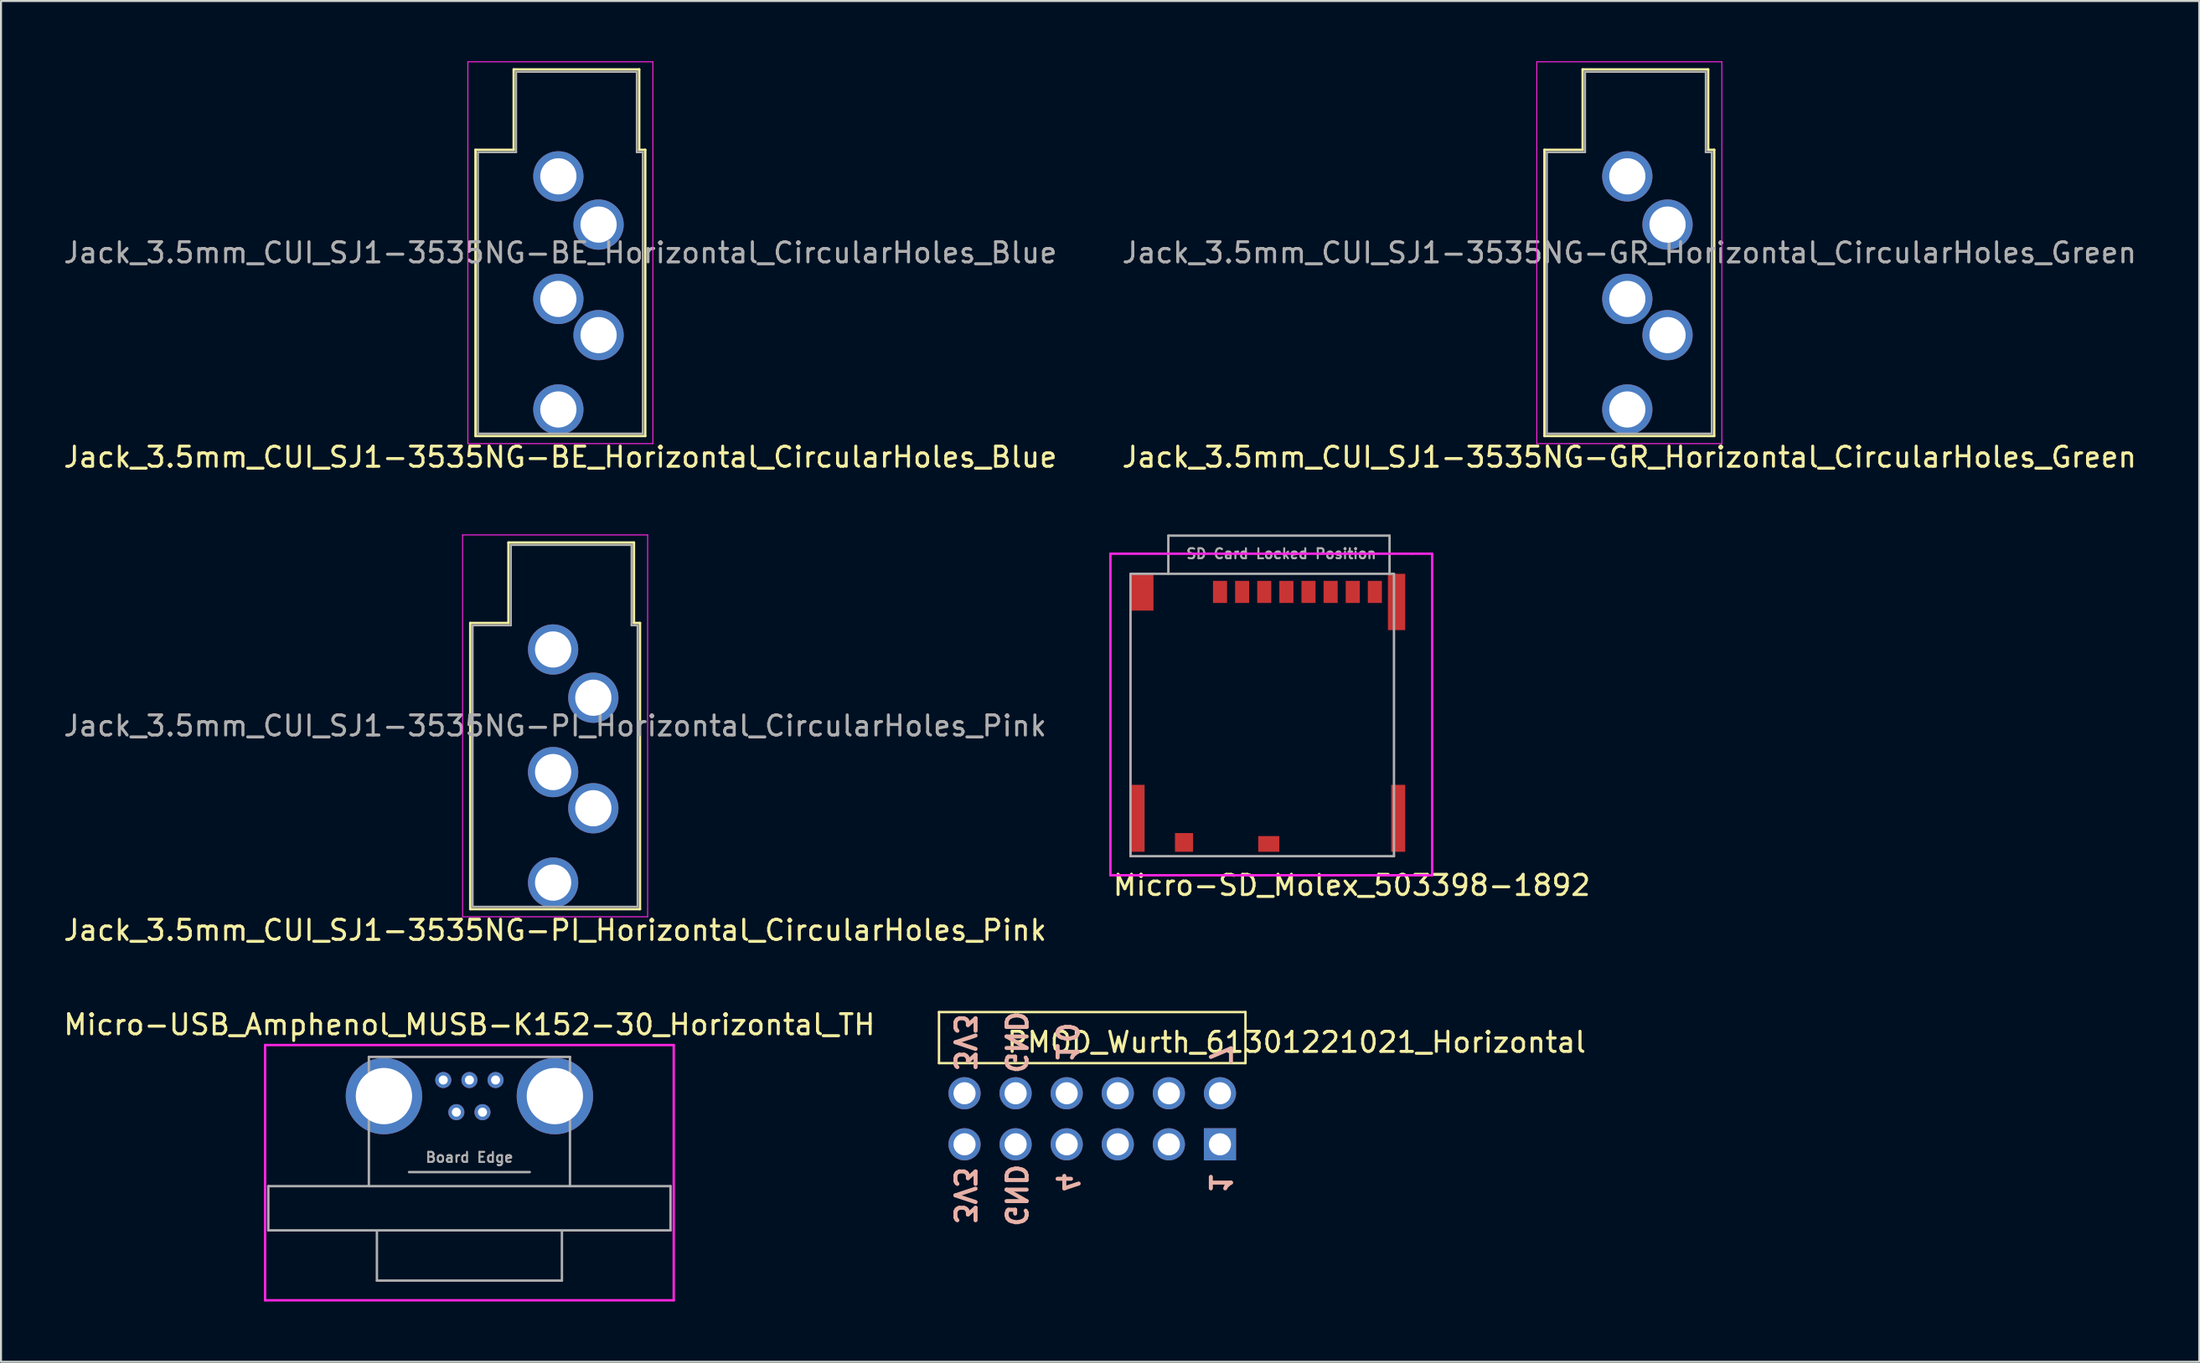
<source format=kicad_pcb>
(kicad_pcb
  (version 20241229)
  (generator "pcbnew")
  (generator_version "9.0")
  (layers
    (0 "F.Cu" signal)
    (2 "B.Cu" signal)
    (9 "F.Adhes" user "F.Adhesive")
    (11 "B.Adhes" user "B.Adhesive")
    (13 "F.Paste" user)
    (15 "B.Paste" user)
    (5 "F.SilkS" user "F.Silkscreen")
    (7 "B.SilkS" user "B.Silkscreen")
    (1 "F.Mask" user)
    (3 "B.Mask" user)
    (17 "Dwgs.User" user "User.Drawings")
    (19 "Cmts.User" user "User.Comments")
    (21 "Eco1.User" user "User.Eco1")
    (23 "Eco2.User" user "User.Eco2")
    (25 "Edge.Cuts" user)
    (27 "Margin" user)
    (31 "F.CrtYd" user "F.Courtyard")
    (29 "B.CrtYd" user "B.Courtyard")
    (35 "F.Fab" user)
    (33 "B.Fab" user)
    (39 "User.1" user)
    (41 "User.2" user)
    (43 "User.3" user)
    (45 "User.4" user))
  (footprint "PMOD_Wurth_61301221021_Horizontal"
    (layer "F.Cu")
    (at 51.263 52.62)
    (property "Reference" "PMOD_Wurth_61301221021_Horizontal" (at 10.16 -3.81 0) (layer "F.SilkS") (effects (font (size 1 1) (thickness 0.15))))
    (attr through_hole)
    (fp_line (start -7.62 -5.31) (end -7.62 -2.77) (stroke (width 0.12) (type solid)) (layer "F.SilkS"))
    (fp_line (start -7.62 -2.77) (end 7.62 -2.77) (stroke (width 0.12) (type solid)) (layer "F.SilkS"))
    (fp_line (start 7.62 -5.31) (end -7.62 -5.31) (stroke (width 0.12) (type solid)) (layer "F.SilkS"))
    (fp_line (start 7.62 -2.77) (end 7.62 -5.31) (stroke (width 0.12) (type solid)) (layer "F.SilkS"))
    (fp_text user "GND" (at -3.81 -3.81 270) (unlocked yes) (layer "B.SilkS") (effects (font (size 1 1) (thickness 0.2)) (justify mirror)))
    (fp_text user "GND" (at -3.81 3.81 270) (unlocked yes) (layer "B.SilkS") (effects (font (size 1 1) (thickness 0.2)) (justify mirror)))
    (fp_text user "4" (at -1.27 3.175 270) (unlocked yes) (layer "B.SilkS") (effects (font (size 1 1) (thickness 0.2)) (justify mirror)))
    (fp_text user "1" (at 6.35 3.175 270) (unlocked yes) (layer "B.SilkS") (effects (font (size 1 1) (thickness 0.2)) (justify mirror)))
    (fp_text user "10" (at -1.27 -3.81 270) (unlocked yes) (layer "B.SilkS") (effects (font (size 1 1) (thickness 0.2)) (justify mirror)))
    (fp_text user "7" (at 6.35 -3.175 270) (unlocked yes) (layer "B.SilkS") (effects (font (size 1 1) (thickness 0.2)) (justify mirror)))
    (fp_text user "3V3" (at -6.35 3.81 270) (unlocked yes) (layer "B.SilkS") (effects (font (size 1 1) (thickness 0.2)) (justify mirror)))
    (fp_text user "3V3" (at -6.35 -3.81 270) (unlocked yes) (layer "B.SilkS") (effects (font (size 1 1) (thickness 0.2)) (justify mirror)))
    (pad "1" thru_hole rect (at 6.35 1.27) (size 1.6 1.6) (drill 1.1) (layers "*.Cu" "*.Mask"))
    (pad "2" thru_hole circle (at 3.81 1.27) (size 1.6 1.6) (drill 1.1) (layers "*.Cu" "*.Mask"))
    (pad "3" thru_hole circle (at 1.27 1.27) (size 1.6 1.6) (drill 1.1) (layers "*.Cu" "*.Mask"))
    (pad "4" thru_hole circle (at -1.27 1.27) (size 1.6 1.6) (drill 1.1) (layers "*.Cu" "*.Mask"))
    (pad "5" thru_hole circle (at -3.81 1.27) (size 1.6 1.6) (drill 1.1) (layers "*.Cu" "*.Mask"))
    (pad "6" thru_hole circle (at -6.35 1.27) (size 1.6 1.6) (drill 1.1) (layers "*.Cu" "*.Mask"))
    (pad "7" thru_hole circle (at 6.35 -1.27) (size 1.6 1.6) (drill 1.1) (layers "*.Cu" "*.Mask"))
    (pad "8" thru_hole circle (at 3.81 -1.27) (size 1.6 1.6) (drill 1.1) (layers "*.Cu" "*.Mask"))
    (pad "9" thru_hole circle (at 1.27 -1.27) (size 1.6 1.6) (drill 1.1) (layers "*.Cu" "*.Mask"))
    (pad "10" thru_hole circle (at -1.27 -1.27) (size 1.6 1.6) (drill 1.1) (layers "*.Cu" "*.Mask"))
    (pad "11" thru_hole circle (at -3.81 -1.27) (size 1.6 1.6) (drill 1.1) (layers "*.Cu" "*.Mask"))
    (pad "12" thru_hole circle (at -6.35 -1.27) (size 1.6 1.6) (drill 1.1) (layers "*.Cu" "*.Mask")))
  (footprint "Jack_3.5mm_CUI_SJ1-3535NG-PI_Horizontal_CircularHoles_Pink"
    (layer "F.Cu")
    (at 24.454 29.268)
    (property "Reference" "Jack_3.5mm_CUI_SJ1-3535NG-PI_Horizontal_CircularHoles_Pink" (at 0.1 13.97 0) (layer "F.SilkS") (effects (font (size 1 1) (thickness 0.15))))
    (attr through_hole)
    (fp_line (start -4.12 -1.32) (end -2.22 -1.32) (stroke (width 0.12) (type solid)) (layer "F.SilkS"))
    (fp_line (start -4.12 12.92) (end -4.12 -1.32) (stroke (width 0.12) (type solid)) (layer "F.SilkS"))
    (fp_line (start -2.22 -5.32) (end 4.02 -5.32) (stroke (width 0.12) (type solid)) (layer "F.SilkS"))
    (fp_line (start -2.22 -1.32) (end -2.22 -5.32) (stroke (width 0.12) (type solid)) (layer "F.SilkS"))
    (fp_line (start 4.02 -5.32) (end 4.02 -1.32) (stroke (width 0.12) (type solid)) (layer "F.SilkS"))
    (fp_line (start 4.02 -1.32) (end 4.32 -1.32) (stroke (width 0.12) (type solid)) (layer "F.SilkS"))
    (fp_line (start 4.32 -1.32) (end 4.32 12.92) (stroke (width 0.12) (type solid)) (layer "F.SilkS"))
    (fp_line (start 4.32 12.92) (end -4.12 12.92) (stroke (width 0.12) (type solid)) (layer "F.SilkS"))
    (fp_line (start -4.5 -5.7) (end -4.5 13.3) (stroke (width 0.05) (type solid)) (layer "F.CrtYd"))
    (fp_line (start -4.5 13.3) (end 4.7 13.3) (stroke (width 0.05) (type solid)) (layer "F.CrtYd"))
    (fp_line (start 4.7 -5.7) (end -4.5 -5.7) (stroke (width 0.05) (type solid)) (layer "F.CrtYd"))
    (fp_line (start 4.7 13.3) (end 4.7 -5.7) (stroke (width 0.05) (type solid)) (layer "F.CrtYd"))
    (fp_line (start -4 -1.2) (end -2.1 -1.2) (stroke (width 0.1) (type solid)) (layer "F.Fab"))
    (fp_line (start -4 12.8) (end -4 -1.2) (stroke (width 0.1) (type solid)) (layer "F.Fab"))
    (fp_line (start -2.1 -5.2) (end 3.9 -5.2) (stroke (width 0.1) (type solid)) (layer "F.Fab"))
    (fp_line (start -2.1 -1.2) (end -2.1 -5.2) (stroke (width 0.1) (type solid)) (layer "F.Fab"))
    (fp_line (start 3.9 -5.2) (end 3.9 -1.2) (stroke (width 0.1) (type solid)) (layer "F.Fab"))
    (fp_line (start 3.9 -1.2) (end 4.2 -1.2) (stroke (width 0.1) (type solid)) (layer "F.Fab"))
    (fp_line (start 4.2 -1.2) (end 4.2 12.8) (stroke (width 0.1) (type solid)) (layer "F.Fab"))
    (fp_line (start 4.2 12.8) (end -4 12.8) (stroke (width 0.1) (type solid)) (layer "F.Fab"))
    (fp_text user "${REFERENCE}" (at 0.1 3.8 0) (layer "F.Fab") (effects (font (size 1 1) (thickness 0.15))))
    (pad "R" thru_hole circle (at 2 7.9) (size 2.5 2.5) (drill 1.8) (layers "*.Cu" "*.Mask"))
    (pad "RN" thru_hole circle (at 0 6.1) (size 2.5 2.5) (drill 1.8) (layers "*.Cu" "*.Mask"))
    (pad "S" thru_hole circle (at 0 0) (size 2.5 2.5) (drill 1.8) (layers "*.Cu" "*.Mask"))
    (pad "T" thru_hole circle (at 2 2.4) (size 2.5 2.5) (drill 1.8) (layers "*.Cu" "*.Mask"))
    (pad "TN" thru_hole circle (at 0 11.6) (size 2.5 2.5) (drill 1.8) (layers "*.Cu" "*.Mask")))
  (footprint "Jack_3.5mm_CUI_SJ1-3535NG-BE_Horizontal_CircularHoles_Blue"
    (layer "F.Cu")
    (at 24.715 5.725)
    (property "Reference" "Jack_3.5mm_CUI_SJ1-3535NG-BE_Horizontal_CircularHoles_Blue" (at 0.1 13.97 0) (layer "F.SilkS") (effects (font (size 1 1) (thickness 0.15))))
    (attr through_hole)
    (fp_line (start -4.12 -1.32) (end -2.22 -1.32) (stroke (width 0.12) (type solid)) (layer "F.SilkS"))
    (fp_line (start -4.12 12.92) (end -4.12 -1.32) (stroke (width 0.12) (type solid)) (layer "F.SilkS"))
    (fp_line (start -2.22 -5.32) (end 4.02 -5.32) (stroke (width 0.12) (type solid)) (layer "F.SilkS"))
    (fp_line (start -2.22 -1.32) (end -2.22 -5.32) (stroke (width 0.12) (type solid)) (layer "F.SilkS"))
    (fp_line (start 4.02 -5.32) (end 4.02 -1.32) (stroke (width 0.12) (type solid)) (layer "F.SilkS"))
    (fp_line (start 4.02 -1.32) (end 4.32 -1.32) (stroke (width 0.12) (type solid)) (layer "F.SilkS"))
    (fp_line (start 4.32 -1.32) (end 4.32 12.92) (stroke (width 0.12) (type solid)) (layer "F.SilkS"))
    (fp_line (start 4.32 12.92) (end -4.12 12.92) (stroke (width 0.12) (type solid)) (layer "F.SilkS"))
    (fp_line (start -4.5 -5.7) (end -4.5 13.3) (stroke (width 0.05) (type solid)) (layer "F.CrtYd"))
    (fp_line (start -4.5 13.3) (end 4.7 13.3) (stroke (width 0.05) (type solid)) (layer "F.CrtYd"))
    (fp_line (start 4.7 -5.7) (end -4.5 -5.7) (stroke (width 0.05) (type solid)) (layer "F.CrtYd"))
    (fp_line (start 4.7 13.3) (end 4.7 -5.7) (stroke (width 0.05) (type solid)) (layer "F.CrtYd"))
    (fp_line (start -4 -1.2) (end -2.1 -1.2) (stroke (width 0.1) (type solid)) (layer "F.Fab"))
    (fp_line (start -4 12.8) (end -4 -1.2) (stroke (width 0.1) (type solid)) (layer "F.Fab"))
    (fp_line (start -2.1 -5.2) (end 3.9 -5.2) (stroke (width 0.1) (type solid)) (layer "F.Fab"))
    (fp_line (start -2.1 -1.2) (end -2.1 -5.2) (stroke (width 0.1) (type solid)) (layer "F.Fab"))
    (fp_line (start 3.9 -5.2) (end 3.9 -1.2) (stroke (width 0.1) (type solid)) (layer "F.Fab"))
    (fp_line (start 3.9 -1.2) (end 4.2 -1.2) (stroke (width 0.1) (type solid)) (layer "F.Fab"))
    (fp_line (start 4.2 -1.2) (end 4.2 12.8) (stroke (width 0.1) (type solid)) (layer "F.Fab"))
    (fp_line (start 4.2 12.8) (end -4 12.8) (stroke (width 0.1) (type solid)) (layer "F.Fab"))
    (fp_text user "${REFERENCE}" (at 0.1 3.8 0) (layer "F.Fab") (effects (font (size 1 1) (thickness 0.15))))
    (pad "R" thru_hole circle (at 2 7.9) (size 2.5 2.5) (drill 1.8) (layers "*.Cu" "*.Mask"))
    (pad "RN" thru_hole circle (at 0 6.1) (size 2.5 2.5) (drill 1.8) (layers "*.Cu" "*.Mask"))
    (pad "S" thru_hole circle (at 0 0) (size 2.5 2.5) (drill 1.8) (layers "*.Cu" "*.Mask"))
    (pad "T" thru_hole circle (at 2 2.4) (size 2.5 2.5) (drill 1.8) (layers "*.Cu" "*.Mask"))
    (pad "TN" thru_hole circle (at 0 11.6) (size 2.5 2.5) (drill 1.8) (layers "*.Cu" "*.Mask")))
  (footprint "Jack_3.5mm_CUI_SJ1-3535NG-GR_Horizontal_CircularHoles_Green"
    (layer "F.Cu")
    (at 77.87 5.725)
    (property "Reference" "Jack_3.5mm_CUI_SJ1-3535NG-GR_Horizontal_CircularHoles_Green" (at 0.1 13.97 0) (layer "F.SilkS") (effects (font (size 1 1) (thickness 0.15))))
    (attr through_hole)
    (fp_line (start -4.12 -1.32) (end -2.22 -1.32) (stroke (width 0.12) (type solid)) (layer "F.SilkS"))
    (fp_line (start -4.12 12.92) (end -4.12 -1.32) (stroke (width 0.12) (type solid)) (layer "F.SilkS"))
    (fp_line (start -2.22 -5.32) (end 4.02 -5.32) (stroke (width 0.12) (type solid)) (layer "F.SilkS"))
    (fp_line (start -2.22 -1.32) (end -2.22 -5.32) (stroke (width 0.12) (type solid)) (layer "F.SilkS"))
    (fp_line (start 4.02 -5.32) (end 4.02 -1.32) (stroke (width 0.12) (type solid)) (layer "F.SilkS"))
    (fp_line (start 4.02 -1.32) (end 4.32 -1.32) (stroke (width 0.12) (type solid)) (layer "F.SilkS"))
    (fp_line (start 4.32 -1.32) (end 4.32 12.92) (stroke (width 0.12) (type solid)) (layer "F.SilkS"))
    (fp_line (start 4.32 12.92) (end -4.12 12.92) (stroke (width 0.12) (type solid)) (layer "F.SilkS"))
    (fp_line (start -4.5 -5.7) (end -4.5 13.3) (stroke (width 0.05) (type solid)) (layer "F.CrtYd"))
    (fp_line (start -4.5 13.3) (end 4.7 13.3) (stroke (width 0.05) (type solid)) (layer "F.CrtYd"))
    (fp_line (start 4.7 -5.7) (end -4.5 -5.7) (stroke (width 0.05) (type solid)) (layer "F.CrtYd"))
    (fp_line (start 4.7 13.3) (end 4.7 -5.7) (stroke (width 0.05) (type solid)) (layer "F.CrtYd"))
    (fp_line (start -4 -1.2) (end -2.1 -1.2) (stroke (width 0.1) (type solid)) (layer "F.Fab"))
    (fp_line (start -4 12.8) (end -4 -1.2) (stroke (width 0.1) (type solid)) (layer "F.Fab"))
    (fp_line (start -2.1 -5.2) (end 3.9 -5.2) (stroke (width 0.1) (type solid)) (layer "F.Fab"))
    (fp_line (start -2.1 -1.2) (end -2.1 -5.2) (stroke (width 0.1) (type solid)) (layer "F.Fab"))
    (fp_line (start 3.9 -5.2) (end 3.9 -1.2) (stroke (width 0.1) (type solid)) (layer "F.Fab"))
    (fp_line (start 3.9 -1.2) (end 4.2 -1.2) (stroke (width 0.1) (type solid)) (layer "F.Fab"))
    (fp_line (start 4.2 -1.2) (end 4.2 12.8) (stroke (width 0.1) (type solid)) (layer "F.Fab"))
    (fp_line (start 4.2 12.8) (end -4 12.8) (stroke (width 0.1) (type solid)) (layer "F.Fab"))
    (fp_text user "${REFERENCE}" (at 0.1 3.8 0) (layer "F.Fab") (effects (font (size 1 1) (thickness 0.15))))
    (pad "R" thru_hole circle (at 2 7.9) (size 2.5 2.5) (drill 1.8) (layers "*.Cu" "*.Mask"))
    (pad "RN" thru_hole circle (at 0 6.1) (size 2.5 2.5) (drill 1.8) (layers "*.Cu" "*.Mask"))
    (pad "S" thru_hole circle (at 0 0) (size 2.5 2.5) (drill 1.8) (layers "*.Cu" "*.Mask"))
    (pad "T" thru_hole circle (at 2 2.4) (size 2.5 2.5) (drill 1.8) (layers "*.Cu" "*.Mask"))
    (pad "TN" thru_hole circle (at 0 11.6) (size 2.5 2.5) (drill 1.8) (layers "*.Cu" "*.Mask")))
  (footprint "Micro-SD_Molex_503398-1892"
    (layer "F.Cu")
    (at 59.667 33.003)
    (property "Reference" "Micro-SD_Molex_503398-1892" (at 4.5 8 0) (layer "F.SilkS") (effects (font (size 1 1) (thickness 0.15))))
    (attr through_hole)
    (fp_line (start -7.5 -8.5) (end 7.5 -8.5) (stroke (width 0.12) (type solid)) (layer "F.CrtYd"))
    (fp_line (start -7.5 7.5) (end -7.5 -8.5) (stroke (width 0.12) (type solid)) (layer "F.CrtYd"))
    (fp_line (start 7.5 -8.5) (end 8.5 -8.5) (stroke (width 0.12) (type solid)) (layer "F.CrtYd"))
    (fp_line (start 8.5 -8.5) (end 8.5 7.5) (stroke (width 0.12) (type solid)) (layer "F.CrtYd"))
    (fp_line (start 8.5 7.5) (end -7.5 7.5) (stroke (width 0.12) (type solid)) (layer "F.CrtYd"))
    (fp_line (start -6.5 -7.5) (end 6.6 -7.5) (stroke (width 0.12) (type solid)) (layer "F.Fab"))
    (fp_line (start -6.5 6.55) (end -6.5 -7.5) (stroke (width 0.12) (type solid)) (layer "F.Fab"))
    (fp_line (start -4.62 -9.4) (end 6.38 -9.4) (stroke (width 0.12) (type solid)) (layer "F.Fab"))
    (fp_line (start -4.62 -7.5) (end -4.62 -9.4) (stroke (width 0.12) (type solid)) (layer "F.Fab"))
    (fp_line (start 6.38 -9.4) (end 6.38 -7.5) (stroke (width 0.12) (type solid)) (layer "F.Fab"))
    (fp_line (start 6.6 -7.5) (end 6.6 6.55) (stroke (width 0.12) (type solid)) (layer "F.Fab"))
    (fp_line (start 6.6 6.55) (end -6.5 6.55) (stroke (width 0.12) (type solid)) (layer "F.Fab"))
    (fp_text user "SD Card Locked Position" (at 1 -8.5 0) (layer "F.Fab") (effects (font (size 0.5 0.5) (thickness 0.1))))
    (pad "1" smd rect (at 5.65 -6.6) (size 0.7 1.1) (layers "F.Cu" "F.Mask" "F.Paste"))
    (pad "2" smd rect (at 4.55 -6.6) (size 0.7 1.1) (layers "F.Cu" "F.Mask" "F.Paste"))
    (pad "3" smd rect (at 3.45 -6.6) (size 0.7 1.1) (layers "F.Cu" "F.Mask" "F.Paste"))
    (pad "4" smd rect (at 2.35 -6.6) (size 0.7 1.1) (layers "F.Cu" "F.Mask" "F.Paste"))
    (pad "5" smd rect (at 1.25 -6.6) (size 0.7 1.1) (layers "F.Cu" "F.Mask" "F.Paste"))
    (pad "6" smd rect (at 0.15 -6.6) (size 0.7 1.1) (layers "F.Cu" "F.Mask" "F.Paste"))
    (pad "7" smd rect (at -0.95 -6.6) (size 0.7 1.1) (layers "F.Cu" "F.Mask" "F.Paste"))
    (pad "8" smd rect (at -2.05 -6.6) (size 0.7 1.1) (layers "F.Cu" "F.Mask" "F.Paste"))
    (pad "9" smd rect (at -3.84 5.865) (size 0.9 0.93) (layers "F.Cu" "F.Mask" "F.Paste"))
    (pad "10" smd rect (at 0.375 5.94) (size 1.05 0.78) (layers "F.Cu" "F.Mask" "F.Paste"))
    (pad "11" smd rect (at -6.15 4.665) (size 0.7 3.33) (layers "F.Cu" "F.Mask" "F.Paste"))
    (pad "11" smd rect (at -5.93 -6.585) (size 1.14 1.83) (layers "F.Cu" "F.Mask" "F.Paste"))
    (pad "11" smd rect (at 6.73 -6.1) (size 0.86 2.8) (layers "F.Cu" "F.Mask" "F.Paste"))
    (pad "11" smd rect (at 6.81 4.665) (size 0.7 3.33) (layers "F.Cu" "F.Mask" "F.Paste")))
  (footprint "Micro-USB_Amphenol_MUSB-K152-30_Horizontal_TH"
    (layer "F.Cu")
    (at 20.292 51.491)
    (property "Reference" "Micro-USB_Amphenol_MUSB-K152-30_Horizontal_TH" (at 0 -3.556 0) (layer "F.SilkS") (effects (font (size 1 1) (thickness 0.15))))
    (attr through_hole)
    (fp_line (start -10.16 -2.54) (end 10.16 -2.54) (stroke (width 0.12) (type solid)) (layer "F.CrtYd"))
    (fp_line (start -10.16 10.16) (end -10.16 -2.54) (stroke (width 0.12) (type solid)) (layer "F.CrtYd"))
    (fp_line (start 10.16 -2.54) (end 10.16 10.16) (stroke (width 0.12) (type solid)) (layer "F.CrtYd"))
    (fp_line (start 10.16 10.16) (end -10.16 10.16) (stroke (width 0.12) (type solid)) (layer "F.CrtYd"))
    (fp_line (start -10 4.48) (end 10 4.48) (stroke (width 0.12) (type solid)) (layer "F.Fab"))
    (fp_line (start -10 6.68) (end -10 4.48) (stroke (width 0.12) (type solid)) (layer "F.Fab"))
    (fp_line (start -10 6.68) (end 10 6.68) (stroke (width 0.12) (type solid)) (layer "F.Fab"))
    (fp_line (start -5 -1.95) (end 5 -1.95) (stroke (width 0.12) (type solid)) (layer "F.Fab"))
    (fp_line (start -5 4.48) (end -5 -1.95) (stroke (width 0.12) (type solid)) (layer "F.Fab"))
    (fp_line (start -4.6 6.72) (end -4.6 9.18) (stroke (width 0.12) (type solid)) (layer "F.Fab"))
    (fp_line (start -4.6 9.18) (end 4.6 9.18) (stroke (width 0.12) (type solid)) (layer "F.Fab"))
    (fp_line (start -3 3.78) (end 3 3.78) (stroke (width 0.12) (type solid)) (layer "F.Fab"))
    (fp_line (start 4.6 9.18) (end 4.6 6.72) (stroke (width 0.12) (type solid)) (layer "F.Fab"))
    (fp_line (start 5 -1.95) (end 5 4.48) (stroke (width 0.12) (type solid)) (layer "F.Fab"))
    (fp_line (start 10 4.48) (end 10 6.68) (stroke (width 0.12) (type solid)) (layer "F.Fab"))
    (fp_text user "Board Edge" (at 0 3.048 0) (layer "F.Fab") (effects (font (size 0.5 0.5) (thickness 0.1))))
    (pad "1" thru_hole circle (at -1.3 -0.8) (size 0.8 0.8) (drill 0.45) (layers "*.Cu" "*.Mask"))
    (pad "2" thru_hole circle (at -0.65 0.8) (size 0.8 0.8) (drill 0.45) (layers "*.Cu" "*.Mask"))
    (pad "3" thru_hole circle (at 0 -0.8) (size 0.8 0.8) (drill 0.45) (layers "*.Cu" "*.Mask"))
    (pad "4" thru_hole circle (at 0.65 0.8) (size 0.8 0.8) (drill 0.45) (layers "*.Cu" "*.Mask"))
    (pad "5" thru_hole circle (at 1.3 -0.8) (size 0.8 0.8) (drill 0.45) (layers "*.Cu" "*.Mask"))
    (pad "6" thru_hole circle (at -4.25 0) (size 3.8 3.8) (drill 2.8) (layers "*.Cu" "*.Mask"))
    (pad "6" thru_hole circle (at 4.25 0) (size 3.8 3.8) (drill 2.8) (layers "*.Cu" "*.Mask")))
  (gr_rect
    (start -3 -3)
    (end 106.31 64.711)
    (stroke (width 0.1) (type default))
    (fill no)
    (layer "Edge.Cuts")))
</source>
